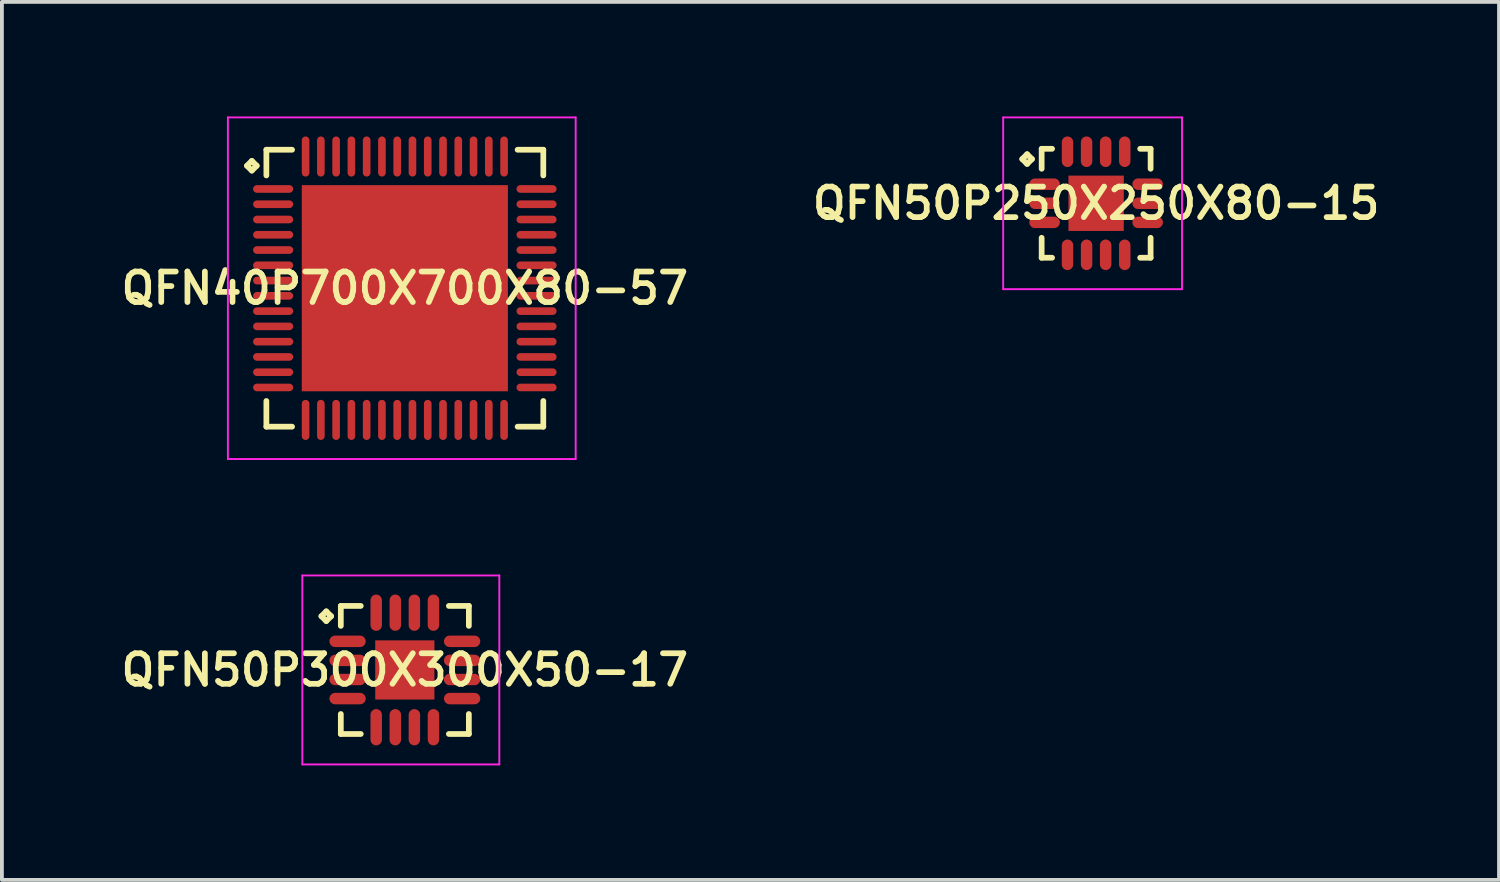
<source format=kicad_pcb>
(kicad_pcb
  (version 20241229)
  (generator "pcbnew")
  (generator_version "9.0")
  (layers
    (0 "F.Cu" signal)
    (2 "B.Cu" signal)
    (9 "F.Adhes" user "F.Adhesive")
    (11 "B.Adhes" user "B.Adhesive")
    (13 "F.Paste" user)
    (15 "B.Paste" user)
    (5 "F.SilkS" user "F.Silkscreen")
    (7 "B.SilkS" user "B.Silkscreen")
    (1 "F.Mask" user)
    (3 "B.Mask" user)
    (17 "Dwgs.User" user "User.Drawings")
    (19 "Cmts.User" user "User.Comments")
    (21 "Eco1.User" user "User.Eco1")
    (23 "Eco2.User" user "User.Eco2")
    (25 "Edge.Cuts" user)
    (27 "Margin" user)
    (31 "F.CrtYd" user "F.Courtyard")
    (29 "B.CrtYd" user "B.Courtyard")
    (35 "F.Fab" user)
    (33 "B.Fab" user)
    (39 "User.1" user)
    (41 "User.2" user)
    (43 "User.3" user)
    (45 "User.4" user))
  (footprint "QFN50P250X250X80-15"
    (layer "F.Cu")
    (at 25.664 2.275)
    (property "Reference" "QFN50P250X250X80-15" (at 0 0 0) (layer "F.SilkS") (effects (font (size 0.8 0.8) (thickness 0.15))))
    (attr smd)
    (fp_line (start -1.935 -1.158) (end -1.808 -1.285) (stroke (width 0.15) (type solid)) (layer "F.SilkS"))
    (fp_line (start -1.808 -1.285) (end -1.681 -1.158) (stroke (width 0.15) (type solid)) (layer "F.SilkS"))
    (fp_line (start -1.808 -1.031) (end -1.935 -1.158) (stroke (width 0.15) (type solid)) (layer "F.SilkS"))
    (fp_line (start -1.681 -1.158) (end -1.808 -1.031) (stroke (width 0.15) (type solid)) (layer "F.SilkS"))
    (fp_line (start -1.427 -1.427) (end -1.154 -1.427) (stroke (width 0.15) (type solid)) (layer "F.SilkS"))
    (fp_line (start -1.427 -0.904) (end -1.427 -1.427) (stroke (width 0.15) (type solid)) (layer "F.SilkS"))
    (fp_line (start -1.427 0.904) (end -1.427 1.427) (stroke (width 0.15) (type solid)) (layer "F.SilkS"))
    (fp_line (start -1.427 1.427) (end -1.154 1.427) (stroke (width 0.15) (type solid)) (layer "F.SilkS"))
    (fp_line (start 1.154 -1.427) (end 1.427 -1.427) (stroke (width 0.15) (type solid)) (layer "F.SilkS"))
    (fp_line (start 1.154 1.427) (end 1.427 1.427) (stroke (width 0.15) (type solid)) (layer "F.SilkS"))
    (fp_line (start 1.427 -1.427) (end 1.427 -0.904) (stroke (width 0.15) (type solid)) (layer "F.SilkS"))
    (fp_line (start 1.427 1.427) (end 1.427 0.904) (stroke (width 0.15) (type solid)) (layer "F.SilkS"))
    (fp_line (start -2.435 -2.25) (end 2.25 -2.25) (stroke (width 0.05) (type solid)) (layer "F.CrtYd"))
    (fp_line (start -2.435 2.25) (end -2.435 -2.25) (stroke (width 0.05) (type solid)) (layer "F.CrtYd"))
    (fp_line (start 2.25 -2.25) (end 2.25 2.25) (stroke (width 0.05) (type solid)) (layer "F.CrtYd"))
    (fp_line (start 2.25 2.25) (end -2.435 2.25) (stroke (width 0.05) (type solid)) (layer "F.CrtYd"))
    (pad "1" smd oval (at -1.35 -0.5) (size 0.8 0.3) (layers "F.Cu" "F.Mask" "F.Paste"))
    (pad "2" smd oval (at -1.35 0) (size 0.8 0.3) (layers "F.Cu" "F.Mask" "F.Paste"))
    (pad "3" smd oval (at -1.35 0.5) (size 0.8 0.3) (layers "F.Cu" "F.Mask" "F.Paste"))
    (pad "4" smd oval (at -0.75 1.35) (size 0.3 0.8) (layers "F.Cu" "F.Mask" "F.Paste"))
    (pad "5" smd oval (at -0.25 1.35) (size 0.3 0.8) (layers "F.Cu" "F.Mask" "F.Paste"))
    (pad "6" smd oval (at 0.25 1.35) (size 0.3 0.8) (layers "F.Cu" "F.Mask" "F.Paste"))
    (pad "7" smd oval (at 0.75 1.35) (size 0.3 0.8) (layers "F.Cu" "F.Mask" "F.Paste"))
    (pad "8" smd oval (at 1.35 0.5) (size 0.8 0.3) (layers "F.Cu" "F.Mask" "F.Paste"))
    (pad "9" smd oval (at 1.35 0) (size 0.8 0.3) (layers "F.Cu" "F.Mask" "F.Paste"))
    (pad "10" smd oval (at 1.35 -0.5) (size 0.8 0.3) (layers "F.Cu" "F.Mask" "F.Paste"))
    (pad "11" smd oval (at 0.75 -1.35) (size 0.3 0.8) (layers "F.Cu" "F.Mask" "F.Paste"))
    (pad "12" smd oval (at 0.25 -1.35) (size 0.3 0.8) (layers "F.Cu" "F.Mask" "F.Paste"))
    (pad "13" smd oval (at -0.25 -1.35) (size 0.3 0.8) (layers "F.Cu" "F.Mask" "F.Paste"))
    (pad "14" smd oval (at -0.75 -1.35) (size 0.3 0.8) (layers "F.Cu" "F.Mask" "F.Paste"))
    (pad "15" smd rect (at 0 0) (size 1.45 1.45) (layers "F.Cu" "F.Mask" "F.Paste")))
  (footprint "QFN50P300X300X50-17"
    (layer "F.Cu")
    (at 7.555 14.5)
    (property "Reference" "QFN50P300X300X50-17" (at 0 0 0) (layer "F.SilkS") (effects (font (size 0.8 0.8) (thickness 0.15))))
    (attr smd)
    (fp_line (start -2.185 -1.408) (end -2.058 -1.535) (stroke (width 0.15) (type solid)) (layer "F.SilkS"))
    (fp_line (start -2.058 -1.535) (end -1.931 -1.408) (stroke (width 0.15) (type solid)) (layer "F.SilkS"))
    (fp_line (start -2.058 -1.281) (end -2.185 -1.408) (stroke (width 0.15) (type solid)) (layer "F.SilkS"))
    (fp_line (start -1.931 -1.408) (end -2.058 -1.281) (stroke (width 0.15) (type solid)) (layer "F.SilkS"))
    (fp_line (start -1.677 -1.677) (end -1.154 -1.677) (stroke (width 0.15) (type solid)) (layer "F.SilkS"))
    (fp_line (start -1.677 -1.154) (end -1.677 -1.677) (stroke (width 0.15) (type solid)) (layer "F.SilkS"))
    (fp_line (start -1.677 1.154) (end -1.677 1.677) (stroke (width 0.15) (type solid)) (layer "F.SilkS"))
    (fp_line (start -1.677 1.677) (end -1.154 1.677) (stroke (width 0.15) (type solid)) (layer "F.SilkS"))
    (fp_line (start 1.154 -1.677) (end 1.677 -1.677) (stroke (width 0.15) (type solid)) (layer "F.SilkS"))
    (fp_line (start 1.154 1.677) (end 1.677 1.677) (stroke (width 0.15) (type solid)) (layer "F.SilkS"))
    (fp_line (start 1.677 -1.677) (end 1.677 -1.154) (stroke (width 0.15) (type solid)) (layer "F.SilkS"))
    (fp_line (start 1.677 1.677) (end 1.677 1.154) (stroke (width 0.15) (type solid)) (layer "F.SilkS"))
    (fp_line (start -2.685 -2.475) (end 2.475 -2.475) (stroke (width 0.05) (type solid)) (layer "F.CrtYd"))
    (fp_line (start -2.685 2.475) (end -2.685 -2.475) (stroke (width 0.05) (type solid)) (layer "F.CrtYd"))
    (fp_line (start 2.475 -2.475) (end 2.475 2.475) (stroke (width 0.05) (type solid)) (layer "F.CrtYd"))
    (fp_line (start 2.475 2.475) (end -2.685 2.475) (stroke (width 0.05) (type solid)) (layer "F.CrtYd"))
    (pad "1" smd oval (at -1.5 -0.75) (size 0.95 0.3) (layers "F.Cu" "F.Mask" "F.Paste"))
    (pad "2" smd oval (at -1.5 -0.25) (size 0.95 0.3) (layers "F.Cu" "F.Mask" "F.Paste"))
    (pad "3" smd oval (at -1.5 0.25) (size 0.95 0.3) (layers "F.Cu" "F.Mask" "F.Paste"))
    (pad "4" smd oval (at -1.5 0.75) (size 0.95 0.3) (layers "F.Cu" "F.Mask" "F.Paste"))
    (pad "5" smd oval (at -0.75 1.5) (size 0.3 0.95) (layers "F.Cu" "F.Mask" "F.Paste"))
    (pad "6" smd oval (at -0.25 1.5) (size 0.3 0.95) (layers "F.Cu" "F.Mask" "F.Paste"))
    (pad "7" smd oval (at 0.25 1.5) (size 0.3 0.95) (layers "F.Cu" "F.Mask" "F.Paste"))
    (pad "8" smd oval (at 0.75 1.5) (size 0.3 0.95) (layers "F.Cu" "F.Mask" "F.Paste"))
    (pad "9" smd oval (at 1.5 0.75) (size 0.95 0.3) (layers "F.Cu" "F.Mask" "F.Paste"))
    (pad "10" smd oval (at 1.5 0.25) (size 0.95 0.3) (layers "F.Cu" "F.Mask" "F.Paste"))
    (pad "11" smd oval (at 1.5 -0.25) (size 0.95 0.3) (layers "F.Cu" "F.Mask" "F.Paste"))
    (pad "12" smd oval (at 1.5 -0.75) (size 0.95 0.3) (layers "F.Cu" "F.Mask" "F.Paste"))
    (pad "13" smd oval (at 0.75 -1.5) (size 0.3 0.95) (layers "F.Cu" "F.Mask" "F.Paste"))
    (pad "14" smd oval (at 0.25 -1.5) (size 0.3 0.95) (layers "F.Cu" "F.Mask" "F.Paste"))
    (pad "15" smd oval (at -0.25 -1.5) (size 0.3 0.95) (layers "F.Cu" "F.Mask" "F.Paste"))
    (pad "16" smd oval (at -0.75 -1.5) (size 0.3 0.95) (layers "F.Cu" "F.Mask" "F.Paste"))
    (pad "17" smd rect (at 0 0) (size 1.55 1.55) (layers "F.Cu" "F.Mask" "F.Paste")))
  (footprint "QFN40P700X700X80-57"
    (layer "F.Cu")
    (at 7.555 4.5)
    (property "Reference" "QFN40P700X700X80-57" (at 0 0 0) (layer "F.SilkS") (effects (font (size 0.8 0.8) (thickness 0.15))))
    (attr smd)
    (fp_line (start -4.135 -3.208) (end -4.008 -3.335) (stroke (width 0.15) (type solid)) (layer "F.SilkS"))
    (fp_line (start -4.008 -3.335) (end -3.881 -3.208) (stroke (width 0.15) (type solid)) (layer "F.SilkS"))
    (fp_line (start -4.008 -3.081) (end -4.135 -3.208) (stroke (width 0.15) (type solid)) (layer "F.SilkS"))
    (fp_line (start -3.881 -3.208) (end -4.008 -3.081) (stroke (width 0.15) (type solid)) (layer "F.SilkS"))
    (fp_line (start -3.627 -3.627) (end -2.954 -3.627) (stroke (width 0.15) (type solid)) (layer "F.SilkS"))
    (fp_line (start -3.627 -2.954) (end -3.627 -3.627) (stroke (width 0.15) (type solid)) (layer "F.SilkS"))
    (fp_line (start -3.627 2.954) (end -3.627 3.627) (stroke (width 0.15) (type solid)) (layer "F.SilkS"))
    (fp_line (start -3.627 3.627) (end -2.954 3.627) (stroke (width 0.15) (type solid)) (layer "F.SilkS"))
    (fp_line (start 2.954 -3.627) (end 3.627 -3.627) (stroke (width 0.15) (type solid)) (layer "F.SilkS"))
    (fp_line (start 2.954 3.627) (end 3.627 3.627) (stroke (width 0.15) (type solid)) (layer "F.SilkS"))
    (fp_line (start 3.627 -3.627) (end 3.627 -2.954) (stroke (width 0.15) (type solid)) (layer "F.SilkS"))
    (fp_line (start 3.627 3.627) (end 3.627 2.954) (stroke (width 0.15) (type solid)) (layer "F.SilkS"))
    (fp_line (start -4.635 -4.475) (end 4.475 -4.475) (stroke (width 0.05) (type solid)) (layer "F.CrtYd"))
    (fp_line (start -4.635 4.475) (end -4.635 -4.475) (stroke (width 0.05) (type solid)) (layer "F.CrtYd"))
    (fp_line (start 4.475 -4.475) (end 4.475 4.475) (stroke (width 0.05) (type solid)) (layer "F.CrtYd"))
    (fp_line (start 4.475 4.475) (end -4.635 4.475) (stroke (width 0.05) (type solid)) (layer "F.CrtYd"))
    (pad "1" smd oval (at -3.45 -2.6) (size 1.05 0.2) (layers "F.Cu" "F.Mask" "F.Paste"))
    (pad "2" smd oval (at -3.45 -2.2) (size 1.05 0.2) (layers "F.Cu" "F.Mask" "F.Paste"))
    (pad "3" smd oval (at -3.45 -1.8) (size 1.05 0.2) (layers "F.Cu" "F.Mask" "F.Paste"))
    (pad "4" smd oval (at -3.45 -1.4) (size 1.05 0.2) (layers "F.Cu" "F.Mask" "F.Paste"))
    (pad "5" smd oval (at -3.45 -1) (size 1.05 0.2) (layers "F.Cu" "F.Mask" "F.Paste"))
    (pad "6" smd oval (at -3.45 -0.6) (size 1.05 0.2) (layers "F.Cu" "F.Mask" "F.Paste"))
    (pad "7" smd oval (at -3.45 -0.2) (size 1.05 0.2) (layers "F.Cu" "F.Mask" "F.Paste"))
    (pad "8" smd oval (at -3.45 0.2) (size 1.05 0.2) (layers "F.Cu" "F.Mask" "F.Paste"))
    (pad "9" smd oval (at -3.45 0.6) (size 1.05 0.2) (layers "F.Cu" "F.Mask" "F.Paste"))
    (pad "10" smd oval (at -3.45 1) (size 1.05 0.2) (layers "F.Cu" "F.Mask" "F.Paste"))
    (pad "11" smd oval (at -3.45 1.4) (size 1.05 0.2) (layers "F.Cu" "F.Mask" "F.Paste"))
    (pad "12" smd oval (at -3.45 1.8) (size 1.05 0.2) (layers "F.Cu" "F.Mask" "F.Paste"))
    (pad "13" smd oval (at -3.45 2.2) (size 1.05 0.2) (layers "F.Cu" "F.Mask" "F.Paste"))
    (pad "14" smd oval (at -3.45 2.6) (size 1.05 0.2) (layers "F.Cu" "F.Mask" "F.Paste"))
    (pad "15" smd oval (at -2.6 3.45) (size 0.2 1.05) (layers "F.Cu" "F.Mask" "F.Paste"))
    (pad "16" smd oval (at -2.2 3.45) (size 0.2 1.05) (layers "F.Cu" "F.Mask" "F.Paste"))
    (pad "17" smd oval (at -1.8 3.45) (size 0.2 1.05) (layers "F.Cu" "F.Mask" "F.Paste"))
    (pad "18" smd oval (at -1.4 3.45) (size 0.2 1.05) (layers "F.Cu" "F.Mask" "F.Paste"))
    (pad "19" smd oval (at -1 3.45) (size 0.2 1.05) (layers "F.Cu" "F.Mask" "F.Paste"))
    (pad "20" smd oval (at -0.6 3.45) (size 0.2 1.05) (layers "F.Cu" "F.Mask" "F.Paste"))
    (pad "21" smd oval (at -0.2 3.45) (size 0.2 1.05) (layers "F.Cu" "F.Mask" "F.Paste"))
    (pad "22" smd oval (at 0.2 3.45) (size 0.2 1.05) (layers "F.Cu" "F.Mask" "F.Paste"))
    (pad "23" smd oval (at 0.6 3.45) (size 0.2 1.05) (layers "F.Cu" "F.Mask" "F.Paste"))
    (pad "24" smd oval (at 1 3.45) (size 0.2 1.05) (layers "F.Cu" "F.Mask" "F.Paste"))
    (pad "25" smd oval (at 1.4 3.45) (size 0.2 1.05) (layers "F.Cu" "F.Mask" "F.Paste"))
    (pad "26" smd oval (at 1.8 3.45) (size 0.2 1.05) (layers "F.Cu" "F.Mask" "F.Paste"))
    (pad "27" smd oval (at 2.2 3.45) (size 0.2 1.05) (layers "F.Cu" "F.Mask" "F.Paste"))
    (pad "28" smd oval (at 2.6 3.45) (size 0.2 1.05) (layers "F.Cu" "F.Mask" "F.Paste"))
    (pad "29" smd oval (at 3.45 2.6) (size 1.05 0.2) (layers "F.Cu" "F.Mask" "F.Paste"))
    (pad "30" smd oval (at 3.45 2.2) (size 1.05 0.2) (layers "F.Cu" "F.Mask" "F.Paste"))
    (pad "31" smd oval (at 3.45 1.8) (size 1.05 0.2) (layers "F.Cu" "F.Mask" "F.Paste"))
    (pad "32" smd oval (at 3.45 1.4) (size 1.05 0.2) (layers "F.Cu" "F.Mask" "F.Paste"))
    (pad "33" smd oval (at 3.45 1) (size 1.05 0.2) (layers "F.Cu" "F.Mask" "F.Paste"))
    (pad "34" smd oval (at 3.45 0.6) (size 1.05 0.2) (layers "F.Cu" "F.Mask" "F.Paste"))
    (pad "35" smd oval (at 3.45 0.2) (size 1.05 0.2) (layers "F.Cu" "F.Mask" "F.Paste"))
    (pad "36" smd oval (at 3.45 -0.2) (size 1.05 0.2) (layers "F.Cu" "F.Mask" "F.Paste"))
    (pad "37" smd oval (at 3.45 -0.6) (size 1.05 0.2) (layers "F.Cu" "F.Mask" "F.Paste"))
    (pad "38" smd oval (at 3.45 -1) (size 1.05 0.2) (layers "F.Cu" "F.Mask" "F.Paste"))
    (pad "39" smd oval (at 3.45 -1.4) (size 1.05 0.2) (layers "F.Cu" "F.Mask" "F.Paste"))
    (pad "40" smd oval (at 3.45 -1.8) (size 1.05 0.2) (layers "F.Cu" "F.Mask" "F.Paste"))
    (pad "41" smd oval (at 3.45 -2.2) (size 1.05 0.2) (layers "F.Cu" "F.Mask" "F.Paste"))
    (pad "42" smd oval (at 3.45 -2.6) (size 1.05 0.2) (layers "F.Cu" "F.Mask" "F.Paste"))
    (pad "43" smd oval (at 2.6 -3.45) (size 0.2 1.05) (layers "F.Cu" "F.Mask" "F.Paste"))
    (pad "44" smd oval (at 2.2 -3.45) (size 0.2 1.05) (layers "F.Cu" "F.Mask" "F.Paste"))
    (pad "45" smd oval (at 1.8 -3.45) (size 0.2 1.05) (layers "F.Cu" "F.Mask" "F.Paste"))
    (pad "46" smd oval (at 1.4 -3.45) (size 0.2 1.05) (layers "F.Cu" "F.Mask" "F.Paste"))
    (pad "47" smd oval (at 1 -3.45) (size 0.2 1.05) (layers "F.Cu" "F.Mask" "F.Paste"))
    (pad "48" smd oval (at 0.6 -3.45) (size 0.2 1.05) (layers "F.Cu" "F.Mask" "F.Paste"))
    (pad "49" smd oval (at 0.2 -3.45) (size 0.2 1.05) (layers "F.Cu" "F.Mask" "F.Paste"))
    (pad "50" smd oval (at -0.2 -3.45) (size 0.2 1.05) (layers "F.Cu" "F.Mask" "F.Paste"))
    (pad "51" smd oval (at -0.6 -3.45) (size 0.2 1.05) (layers "F.Cu" "F.Mask" "F.Paste"))
    (pad "52" smd oval (at -1 -3.45) (size 0.2 1.05) (layers "F.Cu" "F.Mask" "F.Paste"))
    (pad "53" smd oval (at -1.4 -3.45) (size 0.2 1.05) (layers "F.Cu" "F.Mask" "F.Paste"))
    (pad "54" smd oval (at -1.8 -3.45) (size 0.2 1.05) (layers "F.Cu" "F.Mask" "F.Paste"))
    (pad "55" smd oval (at -2.2 -3.45) (size 0.2 1.05) (layers "F.Cu" "F.Mask" "F.Paste"))
    (pad "56" smd oval (at -2.6 -3.45) (size 0.2 1.05) (layers "F.Cu" "F.Mask" "F.Paste"))
    (pad "57" smd rect (at 0 0) (size 5.4 5.4) (layers "F.Cu" "F.Mask" "F.Paste")))
  (gr_rect
    (start -3 -3)
    (end 36.218 20)
    (stroke (width 0.1) (type default))
    (fill no)
    (layer "Edge.Cuts")))
</source>
